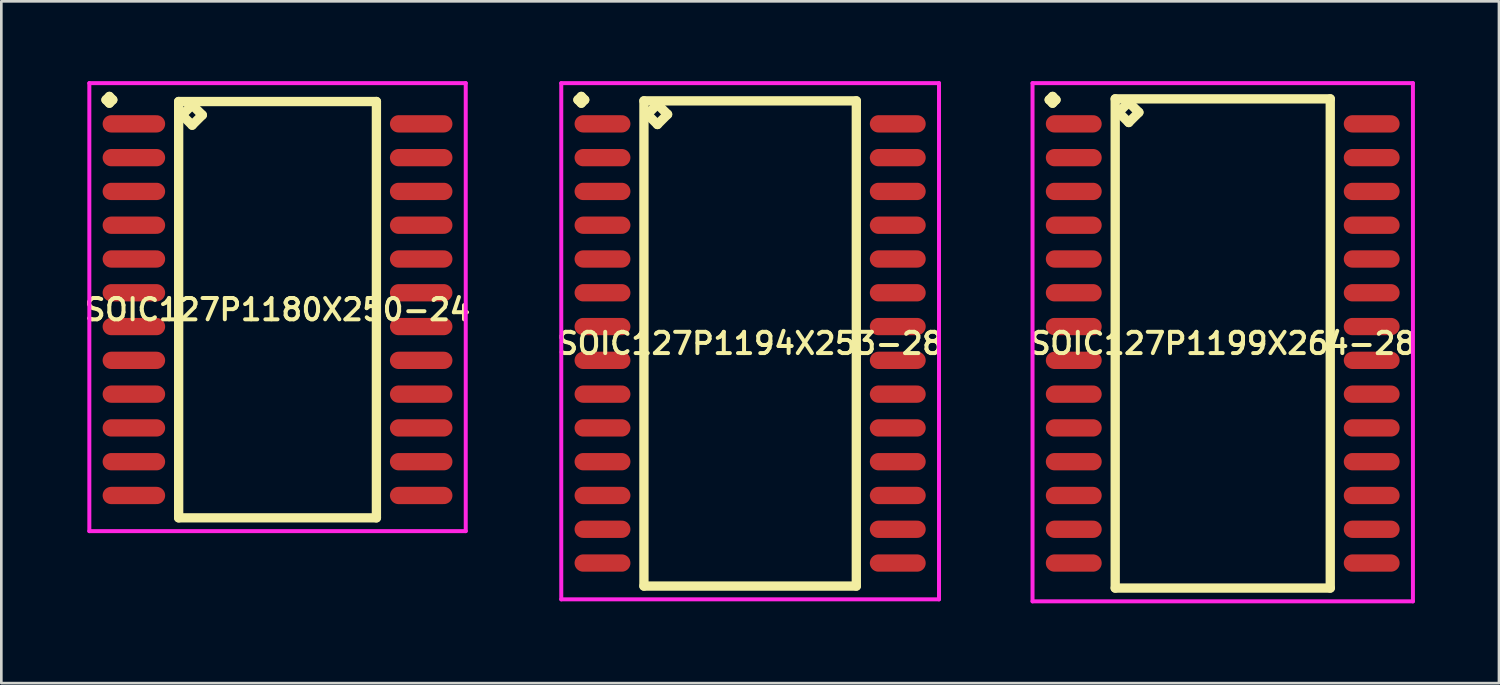
<source format=kicad_pcb>
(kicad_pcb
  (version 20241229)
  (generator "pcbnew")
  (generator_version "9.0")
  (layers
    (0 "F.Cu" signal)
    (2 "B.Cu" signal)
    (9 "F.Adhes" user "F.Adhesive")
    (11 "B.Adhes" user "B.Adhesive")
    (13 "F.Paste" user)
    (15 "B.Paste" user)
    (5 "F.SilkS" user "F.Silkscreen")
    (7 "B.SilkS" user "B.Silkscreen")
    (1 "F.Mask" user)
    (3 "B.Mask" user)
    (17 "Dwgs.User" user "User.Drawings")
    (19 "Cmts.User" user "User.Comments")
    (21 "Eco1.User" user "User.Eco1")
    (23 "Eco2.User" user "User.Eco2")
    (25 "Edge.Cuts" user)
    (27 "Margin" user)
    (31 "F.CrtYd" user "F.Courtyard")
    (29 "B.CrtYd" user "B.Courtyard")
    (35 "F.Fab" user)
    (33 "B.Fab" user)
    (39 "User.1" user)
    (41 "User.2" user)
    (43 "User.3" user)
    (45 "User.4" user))
  (footprint "SOIC127P1180X250-24"
    (layer "F.Cu")
    (at 7.383 8.591)
    (property "Reference" "SOIC127P1180X250-24" (at 0 0 0) (layer "F.SilkS") (effects (font (size 0.8 0.8) (thickness 0.15))))
    (attr smd)
    (fp_line (start -6.448 -7.889) (end -6.321 -8.016) (stroke (width 0.35) (type solid)) (layer "F.SilkS"))
    (fp_line (start -6.321 -8.016) (end -6.194 -7.889) (stroke (width 0.35) (type solid)) (layer "F.SilkS"))
    (fp_line (start -6.321 -7.762) (end -6.448 -7.889) (stroke (width 0.35) (type solid)) (layer "F.SilkS"))
    (fp_line (start -6.194 -7.889) (end -6.321 -7.762) (stroke (width 0.35) (type solid)) (layer "F.SilkS"))
    (fp_line (start -3.717 -7.825) (end -3.717 7.825) (stroke (width 0.35) (type solid)) (layer "F.SilkS"))
    (fp_line (start -3.717 7.825) (end 3.717 7.825) (stroke (width 0.35) (type solid)) (layer "F.SilkS"))
    (fp_line (start -3.59 -7.317) (end -3.209 -7.698) (stroke (width 0.35) (type solid)) (layer "F.SilkS"))
    (fp_line (start -3.209 -7.698) (end -2.828 -7.317) (stroke (width 0.35) (type solid)) (layer "F.SilkS"))
    (fp_line (start -3.209 -6.936) (end -3.59 -7.317) (stroke (width 0.35) (type solid)) (layer "F.SilkS"))
    (fp_line (start -2.828 -7.317) (end -3.209 -6.936) (stroke (width 0.35) (type solid)) (layer "F.SilkS"))
    (fp_line (start 3.717 -7.825) (end -3.717 -7.825) (stroke (width 0.35) (type solid)) (layer "F.SilkS"))
    (fp_line (start 3.717 7.825) (end 3.717 -7.825) (stroke (width 0.35) (type solid)) (layer "F.SilkS"))
    (fp_line (start -7.075 -8.516) (end 7.075 -8.516) (stroke (width 0.15) (type solid)) (layer "F.CrtYd"))
    (fp_line (start -7.075 8.325) (end -7.075 -8.516) (stroke (width 0.15) (type solid)) (layer "F.CrtYd"))
    (fp_line (start 7.075 -8.516) (end 7.075 8.325) (stroke (width 0.15) (type solid)) (layer "F.CrtYd"))
    (fp_line (start 7.075 8.325) (end -7.075 8.325) (stroke (width 0.15) (type solid)) (layer "F.CrtYd"))
    (pad "1" smd oval (at -5.4 -6.985) (size 2.35 0.65) (layers "F.Cu" "F.Mask" "F.Paste"))
    (pad "2" smd oval (at -5.4 -5.715) (size 2.35 0.65) (layers "F.Cu" "F.Mask" "F.Paste"))
    (pad "3" smd oval (at -5.4 -4.445) (size 2.35 0.65) (layers "F.Cu" "F.Mask" "F.Paste"))
    (pad "4" smd oval (at -5.4 -3.175) (size 2.35 0.65) (layers "F.Cu" "F.Mask" "F.Paste"))
    (pad "5" smd oval (at -5.4 -1.905) (size 2.35 0.65) (layers "F.Cu" "F.Mask" "F.Paste"))
    (pad "6" smd oval (at -5.4 -0.635) (size 2.35 0.65) (layers "F.Cu" "F.Mask" "F.Paste"))
    (pad "7" smd oval (at -5.4 0.635) (size 2.35 0.65) (layers "F.Cu" "F.Mask" "F.Paste"))
    (pad "8" smd oval (at -5.4 1.905) (size 2.35 0.65) (layers "F.Cu" "F.Mask" "F.Paste"))
    (pad "9" smd oval (at -5.4 3.175) (size 2.35 0.65) (layers "F.Cu" "F.Mask" "F.Paste"))
    (pad "10" smd oval (at -5.4 4.445) (size 2.35 0.65) (layers "F.Cu" "F.Mask" "F.Paste"))
    (pad "11" smd oval (at -5.4 5.715) (size 2.35 0.65) (layers "F.Cu" "F.Mask" "F.Paste"))
    (pad "12" smd oval (at -5.4 6.985) (size 2.35 0.65) (layers "F.Cu" "F.Mask" "F.Paste"))
    (pad "13" smd oval (at 5.4 6.985) (size 2.35 0.65) (layers "F.Cu" "F.Mask" "F.Paste"))
    (pad "14" smd oval (at 5.4 5.715) (size 2.35 0.65) (layers "F.Cu" "F.Mask" "F.Paste"))
    (pad "15" smd oval (at 5.4 4.445) (size 2.35 0.65) (layers "F.Cu" "F.Mask" "F.Paste"))
    (pad "16" smd oval (at 5.4 3.175) (size 2.35 0.65) (layers "F.Cu" "F.Mask" "F.Paste"))
    (pad "17" smd oval (at 5.4 1.905) (size 2.35 0.65) (layers "F.Cu" "F.Mask" "F.Paste"))
    (pad "18" smd oval (at 5.4 0.635) (size 2.35 0.65) (layers "F.Cu" "F.Mask" "F.Paste"))
    (pad "19" smd oval (at 5.4 -0.635) (size 2.35 0.65) (layers "F.Cu" "F.Mask" "F.Paste"))
    (pad "20" smd oval (at 5.4 -1.905) (size 2.35 0.65) (layers "F.Cu" "F.Mask" "F.Paste"))
    (pad "21" smd oval (at 5.4 -3.175) (size 2.35 0.65) (layers "F.Cu" "F.Mask" "F.Paste"))
    (pad "22" smd oval (at 5.4 -4.445) (size 2.35 0.65) (layers "F.Cu" "F.Mask" "F.Paste"))
    (pad "23" smd oval (at 5.4 -5.715) (size 2.35 0.65) (layers "F.Cu" "F.Mask" "F.Paste"))
    (pad "24" smd oval (at 5.4 -6.985) (size 2.35 0.65) (layers "F.Cu" "F.Mask" "F.Paste")))
  (footprint "SOIC127P1199X264-28"
    (layer "F.Cu")
    (at 42.915 9.861)
    (property "Reference" "SOIC127P1199X264-28" (at 0 0 0) (layer "F.SilkS") (effects (font (size 0.8 0.8) (thickness 0.15))))
    (attr smd)
    (fp_line (start -6.523 -9.159) (end -6.396 -9.286) (stroke (width 0.35) (type solid)) (layer "F.SilkS"))
    (fp_line (start -6.396 -9.286) (end -6.269 -9.159) (stroke (width 0.35) (type solid)) (layer "F.SilkS"))
    (fp_line (start -6.396 -9.032) (end -6.523 -9.159) (stroke (width 0.35) (type solid)) (layer "F.SilkS"))
    (fp_line (start -6.269 -9.159) (end -6.396 -9.032) (stroke (width 0.35) (type solid)) (layer "F.SilkS"))
    (fp_line (start -4.042 -9.195) (end -4.042 9.195) (stroke (width 0.35) (type solid)) (layer "F.SilkS"))
    (fp_line (start -4.042 9.195) (end 4.042 9.195) (stroke (width 0.35) (type solid)) (layer "F.SilkS"))
    (fp_line (start -3.915 -8.687) (end -3.534 -9.068) (stroke (width 0.35) (type solid)) (layer "F.SilkS"))
    (fp_line (start -3.534 -9.068) (end -3.153 -8.687) (stroke (width 0.35) (type solid)) (layer "F.SilkS"))
    (fp_line (start -3.534 -8.306) (end -3.915 -8.687) (stroke (width 0.35) (type solid)) (layer "F.SilkS"))
    (fp_line (start -3.153 -8.687) (end -3.534 -8.306) (stroke (width 0.35) (type solid)) (layer "F.SilkS"))
    (fp_line (start 4.042 -9.195) (end -4.042 -9.195) (stroke (width 0.35) (type solid)) (layer "F.SilkS"))
    (fp_line (start 4.042 9.195) (end 4.042 -9.195) (stroke (width 0.35) (type solid)) (layer "F.SilkS"))
    (fp_line (start -7.15 -9.786) (end 7.15 -9.786) (stroke (width 0.15) (type solid)) (layer "F.CrtYd"))
    (fp_line (start -7.15 9.695) (end -7.15 -9.786) (stroke (width 0.15) (type solid)) (layer "F.CrtYd"))
    (fp_line (start 7.15 -9.786) (end 7.15 9.695) (stroke (width 0.15) (type solid)) (layer "F.CrtYd"))
    (fp_line (start 7.15 9.695) (end -7.15 9.695) (stroke (width 0.15) (type solid)) (layer "F.CrtYd"))
    (pad "1" smd oval (at -5.6 -8.255) (size 2.1 0.65) (layers "F.Cu" "F.Mask" "F.Paste"))
    (pad "2" smd oval (at -5.6 -6.985) (size 2.1 0.65) (layers "F.Cu" "F.Mask" "F.Paste"))
    (pad "3" smd oval (at -5.6 -5.715) (size 2.1 0.65) (layers "F.Cu" "F.Mask" "F.Paste"))
    (pad "4" smd oval (at -5.6 -4.445) (size 2.1 0.65) (layers "F.Cu" "F.Mask" "F.Paste"))
    (pad "5" smd oval (at -5.6 -3.175) (size 2.1 0.65) (layers "F.Cu" "F.Mask" "F.Paste"))
    (pad "6" smd oval (at -5.6 -1.905) (size 2.1 0.65) (layers "F.Cu" "F.Mask" "F.Paste"))
    (pad "7" smd oval (at -5.6 -0.635) (size 2.1 0.65) (layers "F.Cu" "F.Mask" "F.Paste"))
    (pad "8" smd oval (at -5.6 0.635) (size 2.1 0.65) (layers "F.Cu" "F.Mask" "F.Paste"))
    (pad "9" smd oval (at -5.6 1.905) (size 2.1 0.65) (layers "F.Cu" "F.Mask" "F.Paste"))
    (pad "10" smd oval (at -5.6 3.175) (size 2.1 0.65) (layers "F.Cu" "F.Mask" "F.Paste"))
    (pad "11" smd oval (at -5.6 4.445) (size 2.1 0.65) (layers "F.Cu" "F.Mask" "F.Paste"))
    (pad "12" smd oval (at -5.6 5.715) (size 2.1 0.65) (layers "F.Cu" "F.Mask" "F.Paste"))
    (pad "13" smd oval (at -5.6 6.985) (size 2.1 0.65) (layers "F.Cu" "F.Mask" "F.Paste"))
    (pad "14" smd oval (at -5.6 8.255) (size 2.1 0.65) (layers "F.Cu" "F.Mask" "F.Paste"))
    (pad "15" smd oval (at 5.6 8.255) (size 2.1 0.65) (layers "F.Cu" "F.Mask" "F.Paste"))
    (pad "16" smd oval (at 5.6 6.985) (size 2.1 0.65) (layers "F.Cu" "F.Mask" "F.Paste"))
    (pad "17" smd oval (at 5.6 5.715) (size 2.1 0.65) (layers "F.Cu" "F.Mask" "F.Paste"))
    (pad "18" smd oval (at 5.6 4.445) (size 2.1 0.65) (layers "F.Cu" "F.Mask" "F.Paste"))
    (pad "19" smd oval (at 5.6 3.175) (size 2.1 0.65) (layers "F.Cu" "F.Mask" "F.Paste"))
    (pad "20" smd oval (at 5.6 1.905) (size 2.1 0.65) (layers "F.Cu" "F.Mask" "F.Paste"))
    (pad "21" smd oval (at 5.6 0.635) (size 2.1 0.65) (layers "F.Cu" "F.Mask" "F.Paste"))
    (pad "22" smd oval (at 5.6 -0.635) (size 2.1 0.65) (layers "F.Cu" "F.Mask" "F.Paste"))
    (pad "23" smd oval (at 5.6 -1.905) (size 2.1 0.65) (layers "F.Cu" "F.Mask" "F.Paste"))
    (pad "24" smd oval (at 5.6 -3.175) (size 2.1 0.65) (layers "F.Cu" "F.Mask" "F.Paste"))
    (pad "25" smd oval (at 5.6 -4.445) (size 2.1 0.65) (layers "F.Cu" "F.Mask" "F.Paste"))
    (pad "26" smd oval (at 5.6 -5.715) (size 2.1 0.65) (layers "F.Cu" "F.Mask" "F.Paste"))
    (pad "27" smd oval (at 5.6 -6.985) (size 2.1 0.65) (layers "F.Cu" "F.Mask" "F.Paste"))
    (pad "28" smd oval (at 5.6 -8.255) (size 2.1 0.65) (layers "F.Cu" "F.Mask" "F.Paste")))
  (footprint "SOIC127P1194X253-28"
    (layer "F.Cu")
    (at 25.149 9.861)
    (property "Reference" "SOIC127P1194X253-28" (at 0 0 0) (layer "F.SilkS") (effects (font (size 0.8 0.8) (thickness 0.15))))
    (attr smd)
    (fp_line (start -6.473 -9.159) (end -6.346 -9.286) (stroke (width 0.35) (type solid)) (layer "F.SilkS"))
    (fp_line (start -6.346 -9.286) (end -6.219 -9.159) (stroke (width 0.35) (type solid)) (layer "F.SilkS"))
    (fp_line (start -6.346 -9.032) (end -6.473 -9.159) (stroke (width 0.35) (type solid)) (layer "F.SilkS"))
    (fp_line (start -6.219 -9.159) (end -6.346 -9.032) (stroke (width 0.35) (type solid)) (layer "F.SilkS"))
    (fp_line (start -3.992 -9.12) (end -3.992 9.12) (stroke (width 0.35) (type solid)) (layer "F.SilkS"))
    (fp_line (start -3.992 9.12) (end 3.992 9.12) (stroke (width 0.35) (type solid)) (layer "F.SilkS"))
    (fp_line (start -3.865 -8.612) (end -3.484 -8.993) (stroke (width 0.35) (type solid)) (layer "F.SilkS"))
    (fp_line (start -3.484 -8.993) (end -3.103 -8.612) (stroke (width 0.35) (type solid)) (layer "F.SilkS"))
    (fp_line (start -3.484 -8.231) (end -3.865 -8.612) (stroke (width 0.35) (type solid)) (layer "F.SilkS"))
    (fp_line (start -3.103 -8.612) (end -3.484 -8.231) (stroke (width 0.35) (type solid)) (layer "F.SilkS"))
    (fp_line (start 3.992 -9.12) (end -3.992 -9.12) (stroke (width 0.35) (type solid)) (layer "F.SilkS"))
    (fp_line (start 3.992 9.12) (end 3.992 -9.12) (stroke (width 0.35) (type solid)) (layer "F.SilkS"))
    (fp_line (start -7.1 -9.786) (end 7.1 -9.786) (stroke (width 0.15) (type solid)) (layer "F.CrtYd"))
    (fp_line (start -7.1 9.62) (end -7.1 -9.786) (stroke (width 0.15) (type solid)) (layer "F.CrtYd"))
    (fp_line (start 7.1 -9.786) (end 7.1 9.62) (stroke (width 0.15) (type solid)) (layer "F.CrtYd"))
    (fp_line (start 7.1 9.62) (end -7.1 9.62) (stroke (width 0.15) (type solid)) (layer "F.CrtYd"))
    (pad "1" smd oval (at -5.55 -8.255) (size 2.1 0.65) (layers "F.Cu" "F.Mask" "F.Paste"))
    (pad "2" smd oval (at -5.55 -6.985) (size 2.1 0.65) (layers "F.Cu" "F.Mask" "F.Paste"))
    (pad "3" smd oval (at -5.55 -5.715) (size 2.1 0.65) (layers "F.Cu" "F.Mask" "F.Paste"))
    (pad "4" smd oval (at -5.55 -4.445) (size 2.1 0.65) (layers "F.Cu" "F.Mask" "F.Paste"))
    (pad "5" smd oval (at -5.55 -3.175) (size 2.1 0.65) (layers "F.Cu" "F.Mask" "F.Paste"))
    (pad "6" smd oval (at -5.55 -1.905) (size 2.1 0.65) (layers "F.Cu" "F.Mask" "F.Paste"))
    (pad "7" smd oval (at -5.55 -0.635) (size 2.1 0.65) (layers "F.Cu" "F.Mask" "F.Paste"))
    (pad "8" smd oval (at -5.55 0.635) (size 2.1 0.65) (layers "F.Cu" "F.Mask" "F.Paste"))
    (pad "9" smd oval (at -5.55 1.905) (size 2.1 0.65) (layers "F.Cu" "F.Mask" "F.Paste"))
    (pad "10" smd oval (at -5.55 3.175) (size 2.1 0.65) (layers "F.Cu" "F.Mask" "F.Paste"))
    (pad "11" smd oval (at -5.55 4.445) (size 2.1 0.65) (layers "F.Cu" "F.Mask" "F.Paste"))
    (pad "12" smd oval (at -5.55 5.715) (size 2.1 0.65) (layers "F.Cu" "F.Mask" "F.Paste"))
    (pad "13" smd oval (at -5.55 6.985) (size 2.1 0.65) (layers "F.Cu" "F.Mask" "F.Paste"))
    (pad "14" smd oval (at -5.55 8.255) (size 2.1 0.65) (layers "F.Cu" "F.Mask" "F.Paste"))
    (pad "15" smd oval (at 5.55 8.255) (size 2.1 0.65) (layers "F.Cu" "F.Mask" "F.Paste"))
    (pad "16" smd oval (at 5.55 6.985) (size 2.1 0.65) (layers "F.Cu" "F.Mask" "F.Paste"))
    (pad "17" smd oval (at 5.55 5.715) (size 2.1 0.65) (layers "F.Cu" "F.Mask" "F.Paste"))
    (pad "18" smd oval (at 5.55 4.445) (size 2.1 0.65) (layers "F.Cu" "F.Mask" "F.Paste"))
    (pad "19" smd oval (at 5.55 3.175) (size 2.1 0.65) (layers "F.Cu" "F.Mask" "F.Paste"))
    (pad "20" smd oval (at 5.55 1.905) (size 2.1 0.65) (layers "F.Cu" "F.Mask" "F.Paste"))
    (pad "21" smd oval (at 5.55 0.635) (size 2.1 0.65) (layers "F.Cu" "F.Mask" "F.Paste"))
    (pad "22" smd oval (at 5.55 -0.635) (size 2.1 0.65) (layers "F.Cu" "F.Mask" "F.Paste"))
    (pad "23" smd oval (at 5.55 -1.905) (size 2.1 0.65) (layers "F.Cu" "F.Mask" "F.Paste"))
    (pad "24" smd oval (at 5.55 -3.175) (size 2.1 0.65) (layers "F.Cu" "F.Mask" "F.Paste"))
    (pad "25" smd oval (at 5.55 -4.445) (size 2.1 0.65) (layers "F.Cu" "F.Mask" "F.Paste"))
    (pad "26" smd oval (at 5.55 -5.715) (size 2.1 0.65) (layers "F.Cu" "F.Mask" "F.Paste"))
    (pad "27" smd oval (at 5.55 -6.985) (size 2.1 0.65) (layers "F.Cu" "F.Mask" "F.Paste"))
    (pad "28" smd oval (at 5.55 -8.255) (size 2.1 0.65) (layers "F.Cu" "F.Mask" "F.Paste")))
  (gr_rect
    (start -3 -3)
    (end 53.299 22.631)
    (stroke (width 0.1) (type default))
    (fill no)
    (layer "Edge.Cuts")))
</source>
